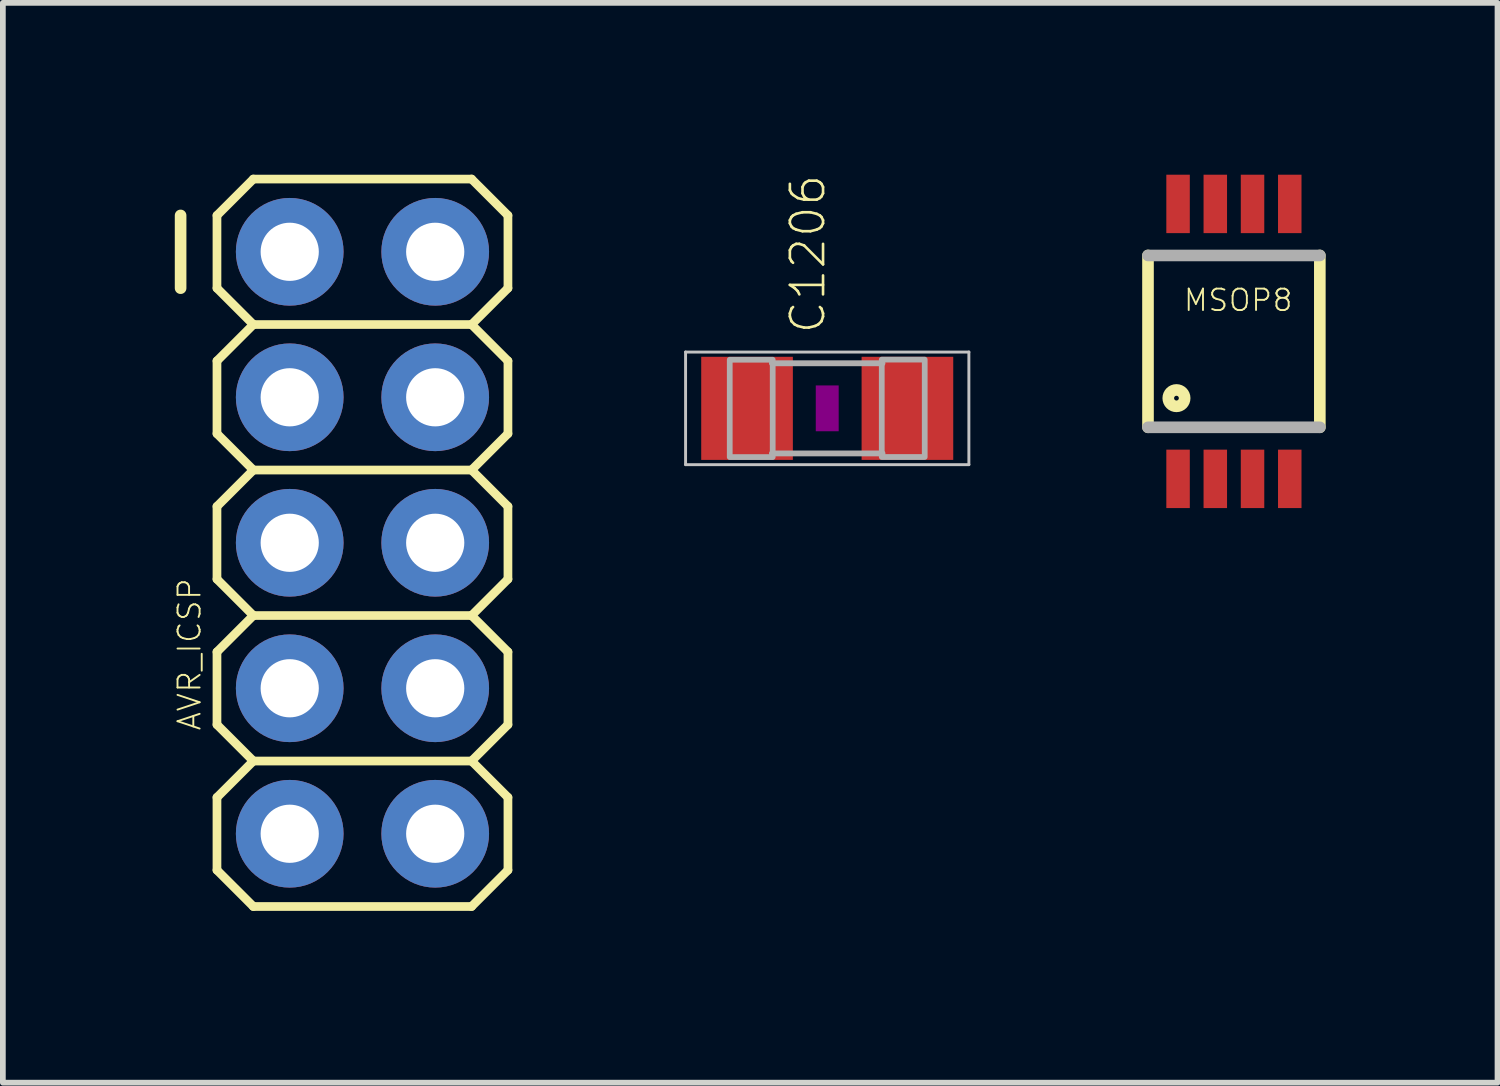
<source format=kicad_pcb>
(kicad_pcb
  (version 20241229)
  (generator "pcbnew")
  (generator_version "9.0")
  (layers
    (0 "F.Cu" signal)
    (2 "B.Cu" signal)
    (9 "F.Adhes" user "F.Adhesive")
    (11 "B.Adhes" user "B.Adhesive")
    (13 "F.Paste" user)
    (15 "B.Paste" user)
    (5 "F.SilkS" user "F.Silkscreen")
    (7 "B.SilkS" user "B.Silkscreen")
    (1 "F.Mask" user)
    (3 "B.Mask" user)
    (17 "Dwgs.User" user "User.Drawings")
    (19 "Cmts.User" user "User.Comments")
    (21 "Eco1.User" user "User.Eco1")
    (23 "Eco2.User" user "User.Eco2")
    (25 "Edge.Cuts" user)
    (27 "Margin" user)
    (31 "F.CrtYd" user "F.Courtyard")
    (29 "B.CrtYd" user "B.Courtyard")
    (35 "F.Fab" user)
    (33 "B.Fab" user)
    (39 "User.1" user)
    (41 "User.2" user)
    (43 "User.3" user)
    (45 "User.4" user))
  (footprint "MSOP8"
    (layer "F.Cu")
    (at 18.492 2.91)
    (property "Reference" "MSOP8" (at -0.9 -0.5 0) (layer "F.SilkS") (effects (font (size 0.374 0.374) (thickness 0.033)) (justify left bottom)))
    (fp_line (start -1.5 -1.5) (end -1.5 1.5) (stroke (width 0.203) (type solid)) (layer "F.SilkS"))
    (fp_line (start 1.5 1.5) (end 1.5 -1.5) (stroke (width 0.203) (type solid)) (layer "F.SilkS"))
    (fp_circle (center -1.003 0.991) (end -0.86 0.991) (stroke (width 0.203) (type solid)) (fill no) (layer "F.SilkS"))
    (fp_line (start -1.5 1.5) (end 1.5 1.5) (stroke (width 0.203) (type solid)) (layer "F.Fab"))
    (fp_line (start 1.5 -1.5) (end -1.5 -1.5) (stroke (width 0.203) (type solid)) (layer "F.Fab"))
    (pad "1" smd rect (at -0.975 2.4) (size 0.41 1.02) (layers "F.Cu" "F.Mask" "F.Paste"))
    (pad "2" smd rect (at -0.325 2.4) (size 0.41 1.02) (layers "F.Cu" "F.Mask" "F.Paste"))
    (pad "3" smd rect (at 0.325 2.4) (size 0.41 1.02) (layers "F.Cu" "F.Mask" "F.Paste"))
    (pad "4" smd rect (at 0.975 2.4) (size 0.41 1.02) (layers "F.Cu" "F.Mask" "F.Paste"))
    (pad "5" smd rect (at 0.975 -2.4) (size 0.41 1.02) (layers "F.Cu" "F.Mask" "F.Paste"))
    (pad "6" smd rect (at 0.325 -2.4) (size 0.41 1.02) (layers "F.Cu" "F.Mask" "F.Paste"))
    (pad "7" smd rect (at -0.325 -2.4) (size 0.41 1.02) (layers "F.Cu" "F.Mask" "F.Paste"))
    (pad "8" smd rect (at -0.975 -2.4) (size 0.41 1.02) (layers "F.Cu" "F.Mask" "F.Paste")))
  (footprint "AVR_ICSP"
    (layer "F.Cu")
    (at 3.278 6.426)
    (property "Reference" "AVR_ICSP" (at -2.794 3.302 90) (layer "F.SilkS") (effects (font (size 0.386 0.386) (thickness 0.033)) (justify left bottom)))
    (attr through_hole)
    (fp_line (start -3.175 -5.715) (end -3.175 -4.445) (stroke (width 0.203) (type solid)) (layer "F.SilkS"))
    (fp_line (start -2.54 -5.715) (end -2.54 -4.445) (stroke (width 0.152) (type solid)) (layer "F.SilkS"))
    (fp_line (start -2.54 -4.445) (end -1.905 -3.81) (stroke (width 0.152) (type solid)) (layer "F.SilkS"))
    (fp_line (start -2.54 -3.175) (end -2.54 -1.905) (stroke (width 0.152) (type solid)) (layer "F.SilkS"))
    (fp_line (start -2.54 -1.905) (end -1.905 -1.27) (stroke (width 0.152) (type solid)) (layer "F.SilkS"))
    (fp_line (start -2.54 -0.635) (end -2.54 0.635) (stroke (width 0.152) (type solid)) (layer "F.SilkS"))
    (fp_line (start -2.54 0.635) (end -1.905 1.27) (stroke (width 0.152) (type solid)) (layer "F.SilkS"))
    (fp_line (start -2.54 1.905) (end -2.54 3.175) (stroke (width 0.152) (type solid)) (layer "F.SilkS"))
    (fp_line (start -2.54 3.175) (end -1.905 3.81) (stroke (width 0.152) (type solid)) (layer "F.SilkS"))
    (fp_line (start -2.54 4.445) (end -2.54 5.715) (stroke (width 0.152) (type solid)) (layer "F.SilkS"))
    (fp_line (start -2.54 5.715) (end -1.905 6.35) (stroke (width 0.152) (type solid)) (layer "F.SilkS"))
    (fp_line (start -1.905 -6.35) (end -2.54 -5.715) (stroke (width 0.152) (type solid)) (layer "F.SilkS"))
    (fp_line (start -1.905 -6.35) (end 1.905 -6.35) (stroke (width 0.152) (type solid)) (layer "F.SilkS"))
    (fp_line (start -1.905 -3.81) (end -2.54 -3.175) (stroke (width 0.152) (type solid)) (layer "F.SilkS"))
    (fp_line (start -1.905 -1.27) (end -2.54 -0.635) (stroke (width 0.152) (type solid)) (layer "F.SilkS"))
    (fp_line (start -1.905 1.27) (end -2.54 1.905) (stroke (width 0.152) (type solid)) (layer "F.SilkS"))
    (fp_line (start -1.905 3.81) (end -2.54 4.445) (stroke (width 0.152) (type solid)) (layer "F.SilkS"))
    (fp_line (start 1.905 -6.35) (end 2.54 -5.715) (stroke (width 0.152) (type solid)) (layer "F.SilkS"))
    (fp_line (start 1.905 -3.81) (end -1.905 -3.81) (stroke (width 0.152) (type solid)) (layer "F.SilkS"))
    (fp_line (start 1.905 -3.81) (end 2.54 -3.175) (stroke (width 0.152) (type solid)) (layer "F.SilkS"))
    (fp_line (start 1.905 -1.27) (end -1.905 -1.27) (stroke (width 0.152) (type solid)) (layer "F.SilkS"))
    (fp_line (start 1.905 -1.27) (end 2.54 -0.635) (stroke (width 0.152) (type solid)) (layer "F.SilkS"))
    (fp_line (start 1.905 1.27) (end -1.905 1.27) (stroke (width 0.152) (type solid)) (layer "F.SilkS"))
    (fp_line (start 1.905 1.27) (end 2.54 1.905) (stroke (width 0.152) (type solid)) (layer "F.SilkS"))
    (fp_line (start 1.905 3.81) (end -1.905 3.81) (stroke (width 0.152) (type solid)) (layer "F.SilkS"))
    (fp_line (start 1.905 3.81) (end 2.54 4.445) (stroke (width 0.152) (type solid)) (layer "F.SilkS"))
    (fp_line (start 1.905 6.35) (end -1.905 6.35) (stroke (width 0.152) (type solid)) (layer "F.SilkS"))
    (fp_line (start 2.54 -5.715) (end 2.54 -4.445) (stroke (width 0.152) (type solid)) (layer "F.SilkS"))
    (fp_line (start 2.54 -4.445) (end 1.905 -3.81) (stroke (width 0.152) (type solid)) (layer "F.SilkS"))
    (fp_line (start 2.54 -3.175) (end 2.54 -1.905) (stroke (width 0.152) (type solid)) (layer "F.SilkS"))
    (fp_line (start 2.54 -1.905) (end 1.905 -1.27) (stroke (width 0.152) (type solid)) (layer "F.SilkS"))
    (fp_line (start 2.54 -0.635) (end 2.54 0.635) (stroke (width 0.152) (type solid)) (layer "F.SilkS"))
    (fp_line (start 2.54 0.635) (end 1.905 1.27) (stroke (width 0.152) (type solid)) (layer "F.SilkS"))
    (fp_line (start 2.54 1.905) (end 2.54 3.175) (stroke (width 0.152) (type solid)) (layer "F.SilkS"))
    (fp_line (start 2.54 3.175) (end 1.905 3.81) (stroke (width 0.152) (type solid)) (layer "F.SilkS"))
    (fp_line (start 2.54 4.445) (end 2.54 5.715) (stroke (width 0.152) (type solid)) (layer "F.SilkS"))
    (fp_line (start 2.54 5.715) (end 1.905 6.35) (stroke (width 0.152) (type solid)) (layer "F.SilkS"))
    (fp_poly (pts (xy -1.524 0.254) (xy -1.016 0.254) (xy -1.016 -0.254) (xy -1.524 -0.254)) (stroke (width 0) (type solid)) (fill yes) (layer "F.SilkS"))
    (fp_poly (pts (xy -1.524 -4.826) (xy -1.016 -4.826) (xy -1.016 -5.334) (xy -1.524 -5.334)) (stroke (width 0.1) (type solid)) (fill no) (layer "F.Fab"))
    (fp_poly (pts (xy -1.524 -2.286) (xy -1.016 -2.286) (xy -1.016 -2.794) (xy -1.524 -2.794)) (stroke (width 0.1) (type solid)) (fill no) (layer "F.Fab"))
    (fp_poly (pts (xy -1.524 2.794) (xy -1.016 2.794) (xy -1.016 2.286) (xy -1.524 2.286)) (stroke (width 0.1) (type solid)) (fill no) (layer "F.Fab"))
    (fp_poly (pts (xy -1.524 5.334) (xy -1.016 5.334) (xy -1.016 4.826) (xy -1.524 4.826)) (stroke (width 0.1) (type solid)) (fill no) (layer "F.Fab"))
    (fp_poly (pts (xy 1.016 -4.826) (xy 1.524 -4.826) (xy 1.524 -5.334) (xy 1.016 -5.334)) (stroke (width 0.1) (type solid)) (fill no) (layer "F.Fab"))
    (fp_poly (pts (xy 1.016 -2.286) (xy 1.524 -2.286) (xy 1.524 -2.794) (xy 1.016 -2.794)) (stroke (width 0.1) (type solid)) (fill no) (layer "F.Fab"))
    (fp_poly (pts (xy 1.016 0.254) (xy 1.524 0.254) (xy 1.524 -0.254) (xy 1.016 -0.254)) (stroke (width 0.1) (type solid)) (fill no) (layer "F.Fab"))
    (fp_poly (pts (xy 1.016 2.794) (xy 1.524 2.794) (xy 1.524 2.286) (xy 1.016 2.286)) (stroke (width 0.1) (type solid)) (fill no) (layer "F.Fab"))
    (fp_poly (pts (xy 1.016 5.334) (xy 1.524 5.334) (xy 1.524 4.826) (xy 1.016 4.826)) (stroke (width 0.1) (type solid)) (fill no) (layer "F.Fab"))
    (pad "1" thru_hole circle (at -1.27 -5.08 270) (size 1.88 1.88) (drill 1.016) (layers "*.Cu" "*.Mask"))
    (pad "2" thru_hole circle (at 1.27 -5.08 270) (size 1.88 1.88) (drill 1.016) (layers "*.Cu" "*.Mask"))
    (pad "3" thru_hole circle (at -1.27 -2.54 270) (size 1.88 1.88) (drill 1.016) (layers "*.Cu" "*.Mask"))
    (pad "4" thru_hole circle (at 1.27 -2.54 270) (size 1.88 1.88) (drill 1.016) (layers "*.Cu" "*.Mask"))
    (pad "5" thru_hole circle (at -1.27 0 270) (size 1.88 1.88) (drill 1.016) (layers "*.Cu" "*.Mask"))
    (pad "6" thru_hole circle (at 1.27 0 270) (size 1.88 1.88) (drill 1.016) (layers "*.Cu" "*.Mask"))
    (pad "7" thru_hole circle (at -1.27 2.54 270) (size 1.88 1.88) (drill 1.016) (layers "*.Cu" "*.Mask"))
    (pad "8" thru_hole circle (at 1.27 2.54 270) (size 1.88 1.88) (drill 1.016) (layers "*.Cu" "*.Mask"))
    (pad "9" thru_hole circle (at -1.27 5.08 270) (size 1.88 1.88) (drill 1.016) (layers "*.Cu" "*.Mask"))
    (pad "10" thru_hole circle (at 1.27 5.08 270) (size 1.88 1.88) (drill 1.016) (layers "*.Cu" "*.Mask")))
  (footprint "C1206"
    (layer "F.Cu")
    (at 11.392 4.079)
    (property "Reference" "C1206" (at 0.0001 -1.27 270) (layer "F.SilkS") (effects (font (size 0.579 0.579) (thickness 0.046)) (justify left bottom)))
    (attr through_hole)
    (fp_poly (pts (xy -0.2 0.4) (xy 0.2 0.4) (xy 0.2 -0.4) (xy -0.2 -0.4)) (stroke (width 0) (type solid)) (fill yes) (layer "F.Adhes"))
    (fp_line (start -2.473 -0.983) (end 2.473 -0.983) (stroke (width 0.051) (type solid)) (layer "Dwgs.User"))
    (fp_line (start -2.473 0.983) (end -2.473 -0.983) (stroke (width 0.051) (type solid)) (layer "Dwgs.User"))
    (fp_line (start 2.473 -0.983) (end 2.473 0.983) (stroke (width 0.051) (type solid)) (layer "Dwgs.User"))
    (fp_line (start 2.473 0.983) (end -2.473 0.983) (stroke (width 0.051) (type solid)) (layer "Dwgs.User"))
    (fp_line (start -0.965 -0.787) (end 0.965 -0.787) (stroke (width 0.102) (type solid)) (layer "F.Fab"))
    (fp_line (start -0.965 0.787) (end 0.965 0.787) (stroke (width 0.102) (type solid)) (layer "F.Fab"))
    (fp_poly (pts (xy -1.702 0.851) (xy -0.952 0.851) (xy -0.952 -0.849) (xy -1.702 -0.849)) (stroke (width 0.1) (type solid)) (fill no) (layer "F.Fab"))
    (fp_poly (pts (xy 0.952 0.849) (xy 1.702 0.849) (xy 1.702 -0.851) (xy 0.952 -0.851)) (stroke (width 0.1) (type solid)) (fill no) (layer "F.Fab"))
    (pad "1" smd rect (at -1.4 0) (size 1.6 1.8) (layers "F.Cu" "F.Mask" "F.Paste"))
    (pad "2" smd rect (at 1.4 0) (size 1.6 1.8) (layers "F.Cu" "F.Mask" "F.Paste")))
  (gr_rect
    (start -3 -3)
    (end 23.094 15.852)
    (stroke (width 0.1) (type default))
    (fill no)
    (layer "Edge.Cuts")))
</source>
